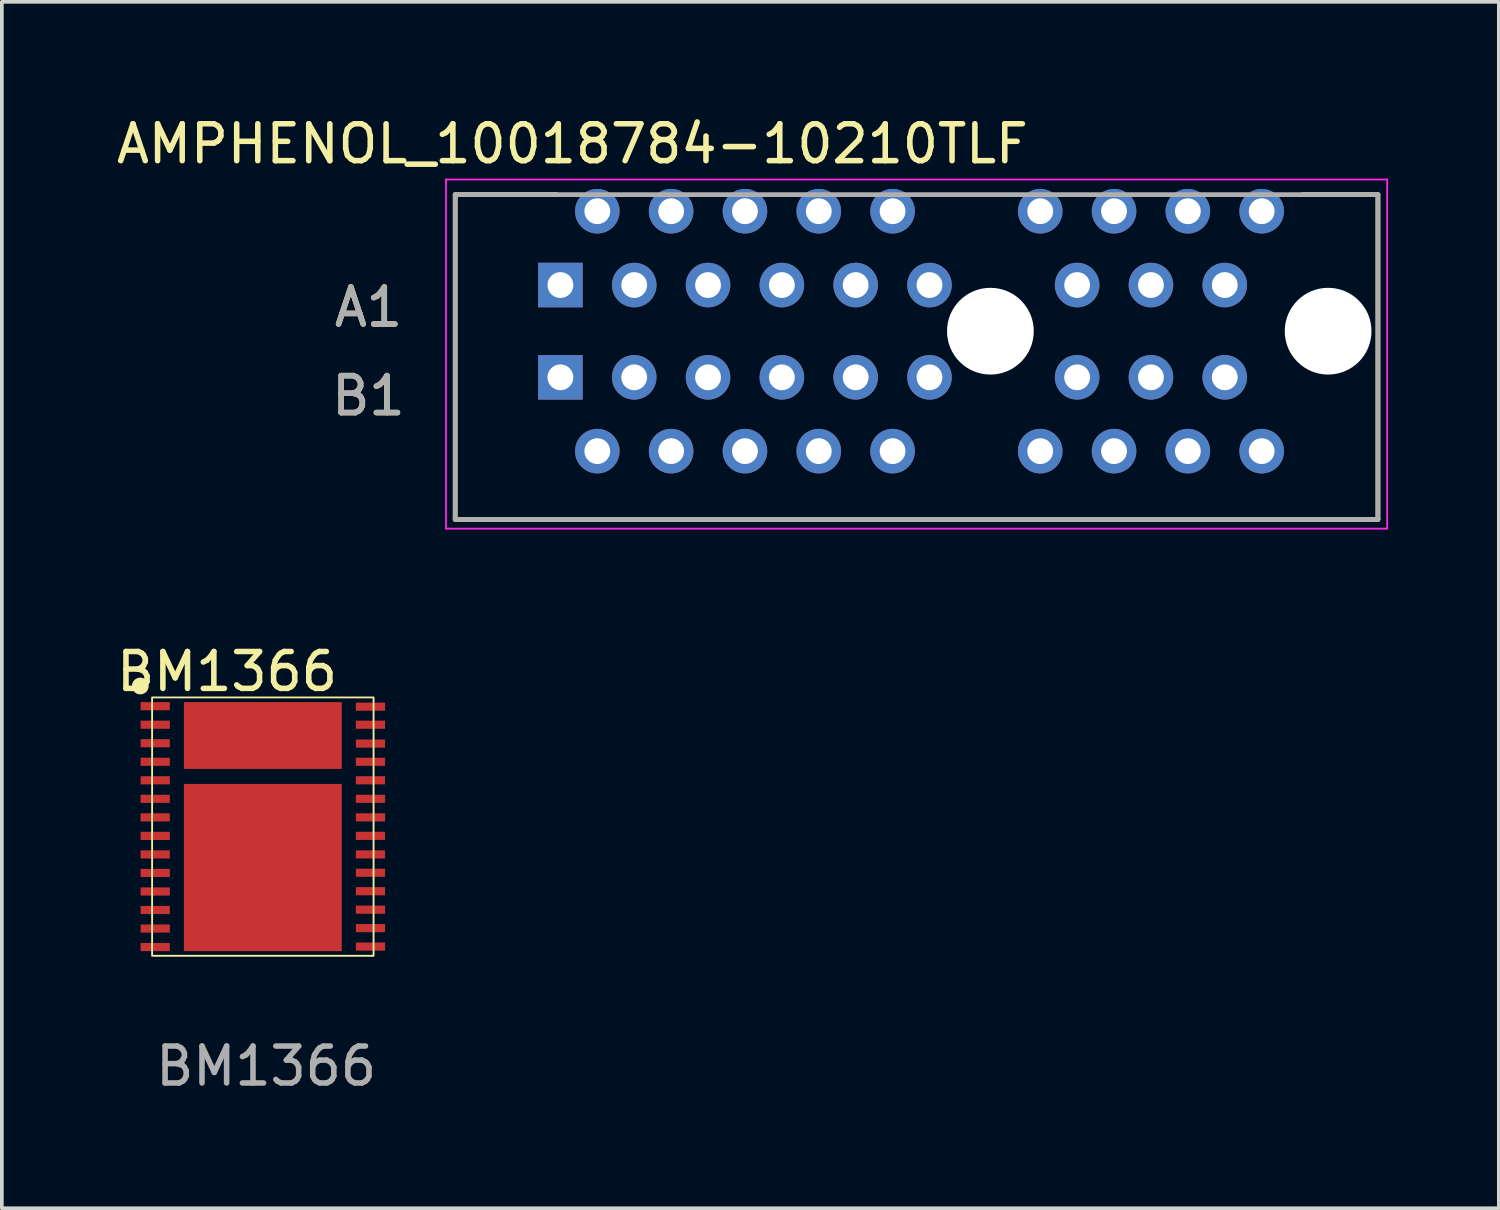
<source format=kicad_pcb>
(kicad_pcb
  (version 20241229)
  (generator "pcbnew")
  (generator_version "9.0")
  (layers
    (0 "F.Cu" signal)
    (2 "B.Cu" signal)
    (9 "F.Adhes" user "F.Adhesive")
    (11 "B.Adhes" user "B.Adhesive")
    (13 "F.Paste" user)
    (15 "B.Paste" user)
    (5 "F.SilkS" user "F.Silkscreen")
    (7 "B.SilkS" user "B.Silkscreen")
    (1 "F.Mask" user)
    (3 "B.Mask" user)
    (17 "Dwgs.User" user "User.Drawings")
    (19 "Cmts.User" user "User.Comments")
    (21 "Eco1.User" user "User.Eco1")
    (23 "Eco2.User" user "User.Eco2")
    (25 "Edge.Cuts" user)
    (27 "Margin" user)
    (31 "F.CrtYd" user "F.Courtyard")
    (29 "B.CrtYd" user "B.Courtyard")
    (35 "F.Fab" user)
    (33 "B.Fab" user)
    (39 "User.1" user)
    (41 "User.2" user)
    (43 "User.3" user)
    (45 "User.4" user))
  (footprint "BM1366"
    (layer "F.Cu")
    (at 4.071 19.346)
    (property "Reference" "BM1366" (at -0.97 -4.2 0) (unlocked yes) (layer "F.SilkS") (effects (font (size 1 1) (thickness 0.15))))
    (attr smd)
    (fp_rect (start -3 -3.5) (end 3 3.5) (stroke (width 0.05) (type default)) (fill no) (layer "F.SilkS"))
    (fp_circle (center -3.32 -3.81) (end -3.118 -3.81) (stroke (width 0.05) (type solid)) (fill yes) (layer "F.SilkS"))
    (fp_rect (start -1.21 -2.905) (end -0.38 -2.115) (stroke (width 0.001) (type solid)) (fill yes) (layer "F.Paste"))
    (fp_rect (start -1.2 -0.825) (end -0.38 -0.035) (stroke (width 0.001) (type solid)) (fill yes) (layer "F.Paste"))
    (fp_rect (start -1.2 2.205) (end -0.385 2.995) (stroke (width 0.001) (type solid)) (fill yes) (layer "F.Paste"))
    (fp_rect (start -1.195 0.765) (end -0.385 1.555) (stroke (width 0.001) (type solid)) (fill yes) (layer "F.Paste"))
    (fp_rect (start 0.55 -2.91) (end 1.33 -2.12) (stroke (width 0.001) (type solid)) (fill yes) (layer "F.Paste"))
    (fp_rect (start 0.55 0.76) (end 1.34 1.55) (stroke (width 0.001) (type solid)) (fill yes) (layer "F.Paste"))
    (fp_rect (start 0.55 2.2) (end 1.34 2.99) (stroke (width 0.001) (type solid)) (fill yes) (layer "F.Paste"))
    (fp_rect (start 0.56 -0.83) (end 1.33 -0.04) (stroke (width 0.001) (type solid)) (fill yes) (layer "F.Paste"))
    (fp_text user "${REFERENCE}" (at 0.09 6.49 0) (unlocked yes) (layer "F.Fab") (effects (font (size 1 1) (thickness 0.15))))
    (pad "1" smd rect (at -2.916 -3.263) (size 0.792 0.221) (layers "F.Cu" "F.Mask" "F.Paste"))
    (pad "2" smd rect (at -2.916 -2.761) (size 0.792 0.221) (layers "F.Cu" "F.Mask" "F.Paste"))
    (pad "3" smd rect (at -2.916 -2.259) (size 0.792 0.221) (layers "F.Cu" "F.Mask" "F.Paste"))
    (pad "4" smd rect (at -2.916 -1.757) (size 0.792 0.221) (layers "F.Cu" "F.Mask" "F.Paste"))
    (pad "5" smd rect (at -2.916 -1.255) (size 0.792 0.221) (layers "F.Cu" "F.Mask" "F.Paste"))
    (pad "6" smd rect (at -2.916 -0.753) (size 0.792 0.221) (layers "F.Cu" "F.Mask" "F.Paste"))
    (pad "7" smd rect (at -2.916 -0.251) (size 0.792 0.221) (layers "F.Cu" "F.Mask" "F.Paste"))
    (pad "8" smd rect (at -2.916 0.251) (size 0.792 0.221) (layers "F.Cu" "F.Mask" "F.Paste"))
    (pad "9" smd rect (at -2.916 0.753) (size 0.792 0.221) (layers "F.Cu" "F.Mask" "F.Paste"))
    (pad "10" smd rect (at -2.916 1.255) (size 0.792 0.221) (layers "F.Cu" "F.Mask" "F.Paste"))
    (pad "11" smd rect (at -2.916 1.757) (size 0.792 0.221) (layers "F.Cu" "F.Mask" "F.Paste"))
    (pad "12" smd rect (at -2.916 2.259) (size 0.792 0.221) (layers "F.Cu" "F.Mask" "F.Paste"))
    (pad "13" smd rect (at -2.916 2.761) (size 0.792 0.221) (layers "F.Cu" "F.Mask" "F.Paste"))
    (pad "14" smd rect (at -2.916 3.263) (size 0.792 0.221) (layers "F.Cu" "F.Mask" "F.Paste"))
    (pad "15" smd rect (at 2.916 3.25) (size 0.792 0.221) (layers "F.Cu" "F.Mask" "F.Paste"))
    (pad "16" smd rect (at 2.916 2.75) (size 0.792 0.221) (layers "F.Cu" "F.Mask" "F.Paste"))
    (pad "17" smd rect (at 2.916 2.25) (size 0.792 0.221) (layers "F.Cu" "F.Mask" "F.Paste"))
    (pad "18" smd rect (at 2.916 1.75) (size 0.792 0.221) (layers "F.Cu" "F.Mask" "F.Paste"))
    (pad "19" smd rect (at 2.916 1.25) (size 0.792 0.221) (layers "F.Cu" "F.Mask" "F.Paste"))
    (pad "20" smd rect (at 2.916 0.753) (size 0.792 0.221) (layers "F.Cu" "F.Mask" "F.Paste"))
    (pad "21" smd rect (at 2.916 0.25) (size 0.792 0.221) (layers "F.Cu" "F.Mask" "F.Paste"))
    (pad "22" smd rect (at 2.916 -0.251) (size 0.792 0.221) (layers "F.Cu" "F.Mask" "F.Paste"))
    (pad "23" smd rect (at 2.916 -0.753) (size 0.792 0.221) (layers "F.Cu" "F.Mask" "F.Paste"))
    (pad "24" smd rect (at 2.916 -1.255) (size 0.792 0.221) (layers "F.Cu" "F.Mask" "F.Paste"))
    (pad "25" smd rect (at 2.916 -1.757) (size 0.792 0.221) (layers "F.Cu" "F.Mask" "F.Paste"))
    (pad "26" smd rect (at 2.916 -2.25) (size 0.792 0.221) (layers "F.Cu" "F.Mask" "F.Paste"))
    (pad "27" smd rect (at 2.916 -2.761) (size 0.792 0.221) (layers "F.Cu" "F.Mask" "F.Paste"))
    (pad "28" smd rect (at 2.916 -3.25) (size 0.792 0.221) (layers "F.Cu" "F.Mask" "F.Paste"))
    (pad "29" smd rect (at 0 -2.468) (size 4.277 1.81) (layers "F.Cu" "F.Mask"))
    (pad "30" smd rect (at 0 1.108) (size 4.277 4.53) (layers "F.Cu" "F.Mask")))
  (footprint "AMPHENOL_10018784-10210TLF"
    (layer "F.Cu")
    (at 23.783 5.923)
    (property "Reference" "AMPHENOL_10018784-10210TLF" (at -11.325 -5.075 0) (layer "F.SilkS") (effects (font (size 1 1) (thickness 0.15))))
    (attr through_hole)
    (fp_line (start -14.5 -3.7) (end -11.75 -3.7) (stroke (width 0.127) (type solid)) (layer "F.SilkS"))
    (fp_line (start -14.5 5.1) (end -14.5 -3.7) (stroke (width 0.127) (type solid)) (layer "F.SilkS"))
    (fp_line (start 10.5 -3.7) (end 8.45 -3.7) (stroke (width 0.127) (type solid)) (layer "F.SilkS"))
    (fp_line (start 10.5 -3.7) (end 10.5 5.1) (stroke (width 0.127) (type solid)) (layer "F.SilkS"))
    (fp_line (start 10.5 5.1) (end -14.5 5.1) (stroke (width 0.127) (type solid)) (layer "F.SilkS"))
    (fp_line (start -14.75 -4.11) (end 10.75 -4.11) (stroke (width 0.05) (type solid)) (layer "F.CrtYd"))
    (fp_line (start -14.75 5.35) (end -14.75 -4.11) (stroke (width 0.05) (type solid)) (layer "F.CrtYd"))
    (fp_line (start 10.75 -4.11) (end 10.75 5.35) (stroke (width 0.05) (type solid)) (layer "F.CrtYd"))
    (fp_line (start 10.75 5.35) (end -14.75 5.35) (stroke (width 0.05) (type solid)) (layer "F.CrtYd"))
    (fp_line (start -14.5 -3.7) (end 10.5 -3.7) (stroke (width 0.127) (type solid)) (layer "F.Fab"))
    (fp_line (start -14.5 5.1) (end -14.5 -3.7) (stroke (width 0.127) (type solid)) (layer "F.Fab"))
    (fp_line (start 10.5 -3.7) (end 10.5 5.1) (stroke (width 0.127) (type solid)) (layer "F.Fab"))
    (fp_line (start 10.5 5.1) (end -14.5 5.1) (stroke (width 0.127) (type solid)) (layer "F.Fab"))
    (fp_text user "B1" (at -16.85 1.75 0) (layer "F.SilkS") (effects (font (size 1 1) (thickness 0.15))))
    (fp_text user "A1" (at -16.85 -0.65 0) (layer "F.SilkS") (effects (font (size 1 1) (thickness 0.15))))
    (fp_text user "A1" (at -16.85 -0.65 0) (layer "F.Fab") (effects (font (size 1 1) (thickness 0.15))))
    (fp_text user "B1" (at -16.85 1.75 0) (layer "F.Fab") (effects (font (size 1 1) (thickness 0.15))))
    (pad "" np_thru_hole circle (at 0 0) (size 2.35 2.35) (drill 2.35) (layers "*.Cu" "*.Mask"))
    (pad "" np_thru_hole circle (at 9.15 0) (size 2.35 2.35) (drill 2.35) (layers "*.Cu" "*.Mask"))
    (pad "A1" thru_hole rect (at -11.65 -1.25) (size 1.208 1.208) (drill 0.7) (layers "*.Cu" "*.Mask"))
    (pad "A2" thru_hole circle (at -10.65 -3.25) (size 1.208 1.208) (drill 0.7) (layers "*.Cu" "*.Mask"))
    (pad "A3" thru_hole circle (at -9.65 -1.25) (size 1.208 1.208) (drill 0.7) (layers "*.Cu" "*.Mask"))
    (pad "A4" thru_hole circle (at -8.65 -3.25) (size 1.208 1.208) (drill 0.7) (layers "*.Cu" "*.Mask"))
    (pad "A5" thru_hole circle (at -7.65 -1.25) (size 1.208 1.208) (drill 0.7) (layers "*.Cu" "*.Mask"))
    (pad "A6" thru_hole circle (at -6.65 -3.25) (size 1.208 1.208) (drill 0.7) (layers "*.Cu" "*.Mask"))
    (pad "A7" thru_hole circle (at -5.65 -1.25) (size 1.208 1.208) (drill 0.7) (layers "*.Cu" "*.Mask"))
    (pad "A8" thru_hole circle (at -4.65 -3.25) (size 1.208 1.208) (drill 0.7) (layers "*.Cu" "*.Mask"))
    (pad "A9" thru_hole circle (at -3.65 -1.25) (size 1.208 1.208) (drill 0.7) (layers "*.Cu" "*.Mask"))
    (pad "A10" thru_hole circle (at -2.65 -3.25) (size 1.208 1.208) (drill 0.7) (layers "*.Cu" "*.Mask"))
    (pad "A11" thru_hole circle (at -1.65 -1.25) (size 1.208 1.208) (drill 0.7) (layers "*.Cu" "*.Mask"))
    (pad "A12" thru_hole circle (at 1.35 -3.25) (size 1.208 1.208) (drill 0.7) (layers "*.Cu" "*.Mask"))
    (pad "A13" thru_hole circle (at 2.35 -1.25) (size 1.208 1.208) (drill 0.7) (layers "*.Cu" "*.Mask"))
    (pad "A14" thru_hole circle (at 3.35 -3.25) (size 1.208 1.208) (drill 0.7) (layers "*.Cu" "*.Mask"))
    (pad "A15" thru_hole circle (at 4.35 -1.25) (size 1.208 1.208) (drill 0.7) (layers "*.Cu" "*.Mask"))
    (pad "A16" thru_hole circle (at 5.35 -3.25) (size 1.208 1.208) (drill 0.7) (layers "*.Cu" "*.Mask"))
    (pad "A17" thru_hole circle (at 6.35 -1.25) (size 1.208 1.208) (drill 0.7) (layers "*.Cu" "*.Mask"))
    (pad "A18" thru_hole circle (at 7.35 -3.25) (size 1.208 1.208) (drill 0.7) (layers "*.Cu" "*.Mask"))
    (pad "B1" thru_hole rect (at -11.65 1.25) (size 1.208 1.208) (drill 0.7) (layers "*.Cu" "*.Mask"))
    (pad "B2" thru_hole circle (at -10.65 3.25) (size 1.208 1.208) (drill 0.7) (layers "*.Cu" "*.Mask"))
    (pad "B3" thru_hole circle (at -9.65 1.25) (size 1.208 1.208) (drill 0.7) (layers "*.Cu" "*.Mask"))
    (pad "B4" thru_hole circle (at -8.65 3.25) (size 1.208 1.208) (drill 0.7) (layers "*.Cu" "*.Mask"))
    (pad "B5" thru_hole circle (at -7.65 1.25) (size 1.208 1.208) (drill 0.7) (layers "*.Cu" "*.Mask"))
    (pad "B6" thru_hole circle (at -6.65 3.25) (size 1.208 1.208) (drill 0.7) (layers "*.Cu" "*.Mask"))
    (pad "B7" thru_hole circle (at -5.65 1.25) (size 1.208 1.208) (drill 0.7) (layers "*.Cu" "*.Mask"))
    (pad "B8" thru_hole circle (at -4.65 3.25) (size 1.208 1.208) (drill 0.7) (layers "*.Cu" "*.Mask"))
    (pad "B9" thru_hole circle (at -3.65 1.25) (size 1.208 1.208) (drill 0.7) (layers "*.Cu" "*.Mask"))
    (pad "B10" thru_hole circle (at -2.65 3.25) (size 1.208 1.208) (drill 0.7) (layers "*.Cu" "*.Mask"))
    (pad "B11" thru_hole circle (at -1.65 1.25) (size 1.208 1.208) (drill 0.7) (layers "*.Cu" "*.Mask"))
    (pad "B12" thru_hole circle (at 1.35 3.25) (size 1.208 1.208) (drill 0.7) (layers "*.Cu" "*.Mask"))
    (pad "B13" thru_hole circle (at 2.35 1.25) (size 1.208 1.208) (drill 0.7) (layers "*.Cu" "*.Mask"))
    (pad "B14" thru_hole circle (at 3.35 3.25) (size 1.208 1.208) (drill 0.7) (layers "*.Cu" "*.Mask"))
    (pad "B15" thru_hole circle (at 4.35 1.25) (size 1.208 1.208) (drill 0.7) (layers "*.Cu" "*.Mask"))
    (pad "B16" thru_hole circle (at 5.35 3.25) (size 1.208 1.208) (drill 0.7) (layers "*.Cu" "*.Mask"))
    (pad "B17" thru_hole circle (at 6.35 1.25) (size 1.208 1.208) (drill 0.7) (layers "*.Cu" "*.Mask"))
    (pad "B18" thru_hole circle (at 7.35 3.25) (size 1.208 1.208) (drill 0.7) (layers "*.Cu" "*.Mask")))
  (gr_rect
    (start -3 -3)
    (end 37.558 29.685)
    (stroke (width 0.1) (type default))
    (fill no)
    (layer "Edge.Cuts")))
</source>
